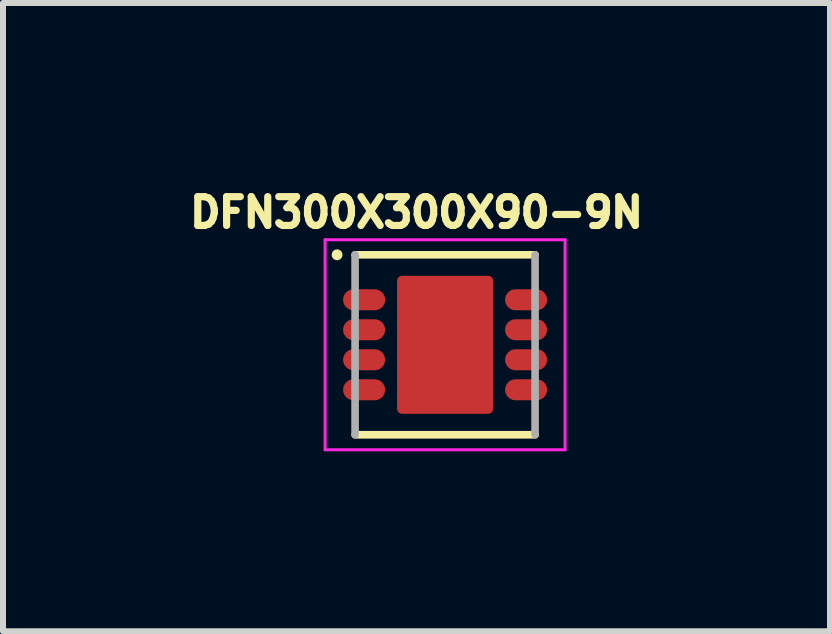
<source format=kicad_pcb>
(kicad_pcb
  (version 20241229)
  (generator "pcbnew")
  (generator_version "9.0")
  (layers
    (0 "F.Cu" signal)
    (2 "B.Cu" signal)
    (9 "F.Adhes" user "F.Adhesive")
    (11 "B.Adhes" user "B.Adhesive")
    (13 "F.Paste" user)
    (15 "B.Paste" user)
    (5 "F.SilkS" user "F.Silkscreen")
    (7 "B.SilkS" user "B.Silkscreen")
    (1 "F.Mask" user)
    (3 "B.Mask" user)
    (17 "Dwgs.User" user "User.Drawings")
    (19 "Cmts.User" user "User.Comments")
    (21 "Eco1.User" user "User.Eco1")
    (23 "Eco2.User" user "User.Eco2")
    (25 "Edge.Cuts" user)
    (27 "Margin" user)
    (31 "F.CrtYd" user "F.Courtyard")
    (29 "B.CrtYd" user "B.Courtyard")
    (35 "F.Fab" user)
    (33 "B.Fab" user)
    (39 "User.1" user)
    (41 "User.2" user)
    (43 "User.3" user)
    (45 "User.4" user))
  (footprint "DFN300X300X90-9N"
    (layer "F.Cu")
    (at 4.369 2.697)
    (property "Reference" "DFN300X300X90-9N" (at -0.476 -2.205 0) (layer "F.SilkS") (effects (font (size 0.48 0.48) (thickness 0.15))))
    (attr smd)
    (fp_poly (pts (xy -1.752 -0.475) (xy -0.95 -0.475) (xy -0.95 -0.025) (xy -1.752 -0.025)) (stroke (width 0.01) (type solid)) (fill yes) (layer "F.Mask"))
    (fp_poly (pts (xy -1.752 -0.975) (xy -0.95 -0.975) (xy -0.95 -0.526) (xy -1.752 -0.526)) (stroke (width 0.01) (type solid)) (fill yes) (layer "F.Mask"))
    (fp_poly (pts (xy -1.751 0.525) (xy -0.95 0.525) (xy -0.95 0.976) (xy -1.751 0.976)) (stroke (width 0.01) (type solid)) (fill yes) (layer "F.Mask"))
    (fp_poly (pts (xy -1.75 0.025) (xy -0.95 0.025) (xy -0.95 0.475) (xy -1.75 0.475)) (stroke (width 0.01) (type solid)) (fill yes) (layer "F.Mask"))
    (fp_poly (pts (xy 0.95 -0.475) (xy 1.75 -0.475) (xy 1.75 -0.025) (xy 0.95 -0.025)) (stroke (width 0.01) (type solid)) (fill yes) (layer "F.Mask"))
    (fp_poly (pts (xy 0.95 0.525) (xy 1.75 0.525) (xy 1.75 0.975) (xy 0.95 0.975)) (stroke (width 0.01) (type solid)) (fill yes) (layer "F.Mask"))
    (fp_poly (pts (xy 0.951 -0.975) (xy 1.75 -0.975) (xy 1.75 -0.525) (xy 0.951 -0.525)) (stroke (width 0.01) (type solid)) (fill yes) (layer "F.Mask"))
    (fp_poly (pts (xy 0.951 0.025) (xy 1.75 0.025) (xy 1.75 0.475) (xy 0.951 0.475)) (stroke (width 0.01) (type solid)) (fill yes) (layer "F.Mask"))
    (fp_line (start -1.5 -1.5) (end 1.5 -1.5) (stroke (width 0.127) (type solid)) (layer "F.SilkS"))
    (fp_line (start -1.5 1.5) (end 1.5 1.5) (stroke (width 0.127) (type solid)) (layer "F.SilkS"))
    (fp_circle (center -1.8 -1.5) (end -1.71 -1.5) (stroke (width 0) (type solid)) (fill yes) (layer "F.SilkS"))
    (fp_poly (pts (xy -0.5 -0.75) (xy 0.5 -0.75) (xy 0.5 0.75) (xy -0.5 0.75)) (stroke (width 0.01) (type solid)) (fill yes) (layer "F.Paste"))
    (fp_line (start -2 -1.75) (end -2 1.75) (stroke (width 0.05) (type solid)) (layer "F.CrtYd"))
    (fp_line (start -2 1.75) (end 2 1.75) (stroke (width 0.05) (type solid)) (layer "F.CrtYd"))
    (fp_line (start 2 -1.75) (end -2 -1.75) (stroke (width 0.05) (type solid)) (layer "F.CrtYd"))
    (fp_line (start 2 1.75) (end 2 -1.75) (stroke (width 0.05) (type solid)) (layer "F.CrtYd"))
    (fp_line (start -1.5 1.5) (end -1.5 -1.5) (stroke (width 0.127) (type solid)) (layer "F.Fab"))
    (fp_line (start 1.5 -1.5) (end 1.5 1.5) (stroke (width 0.127) (type solid)) (layer "F.Fab"))
    (pad "1" smd oval (at -1.35 -0.75) (size 0.7 0.35) (layers "F.Cu" "F.Paste"))
    (pad "2" smd oval (at -1.35 -0.25) (size 0.7 0.35) (layers "F.Cu" "F.Paste"))
    (pad "3" smd oval (at -1.35 0.25) (size 0.7 0.35) (layers "F.Cu" "F.Paste"))
    (pad "4" smd oval (at -1.35 0.75) (size 0.7 0.35) (layers "F.Cu" "F.Paste"))
    (pad "5" smd oval (at 1.35 0.75) (size 0.7 0.35) (layers "F.Cu" "F.Paste"))
    (pad "6" smd oval (at 1.35 0.25) (size 0.7 0.35) (layers "F.Cu" "F.Paste"))
    (pad "7" smd oval (at 1.35 -0.25) (size 0.7 0.35) (layers "F.Cu" "F.Paste"))
    (pad "8" smd oval (at 1.35 -0.75) (size 0.7 0.35) (layers "F.Cu" "F.Paste"))
    (pad "9" smd roundrect (at 0 0) (size 1.6 2.3) (layers "F.Cu" "F.Mask") (roundrect_rratio 0.05)))
  (gr_rect
    (start -3 -3)
    (end 10.785 7.472)
    (stroke (width 0.1) (type default))
    (fill no)
    (layer "Edge.Cuts")))
</source>
